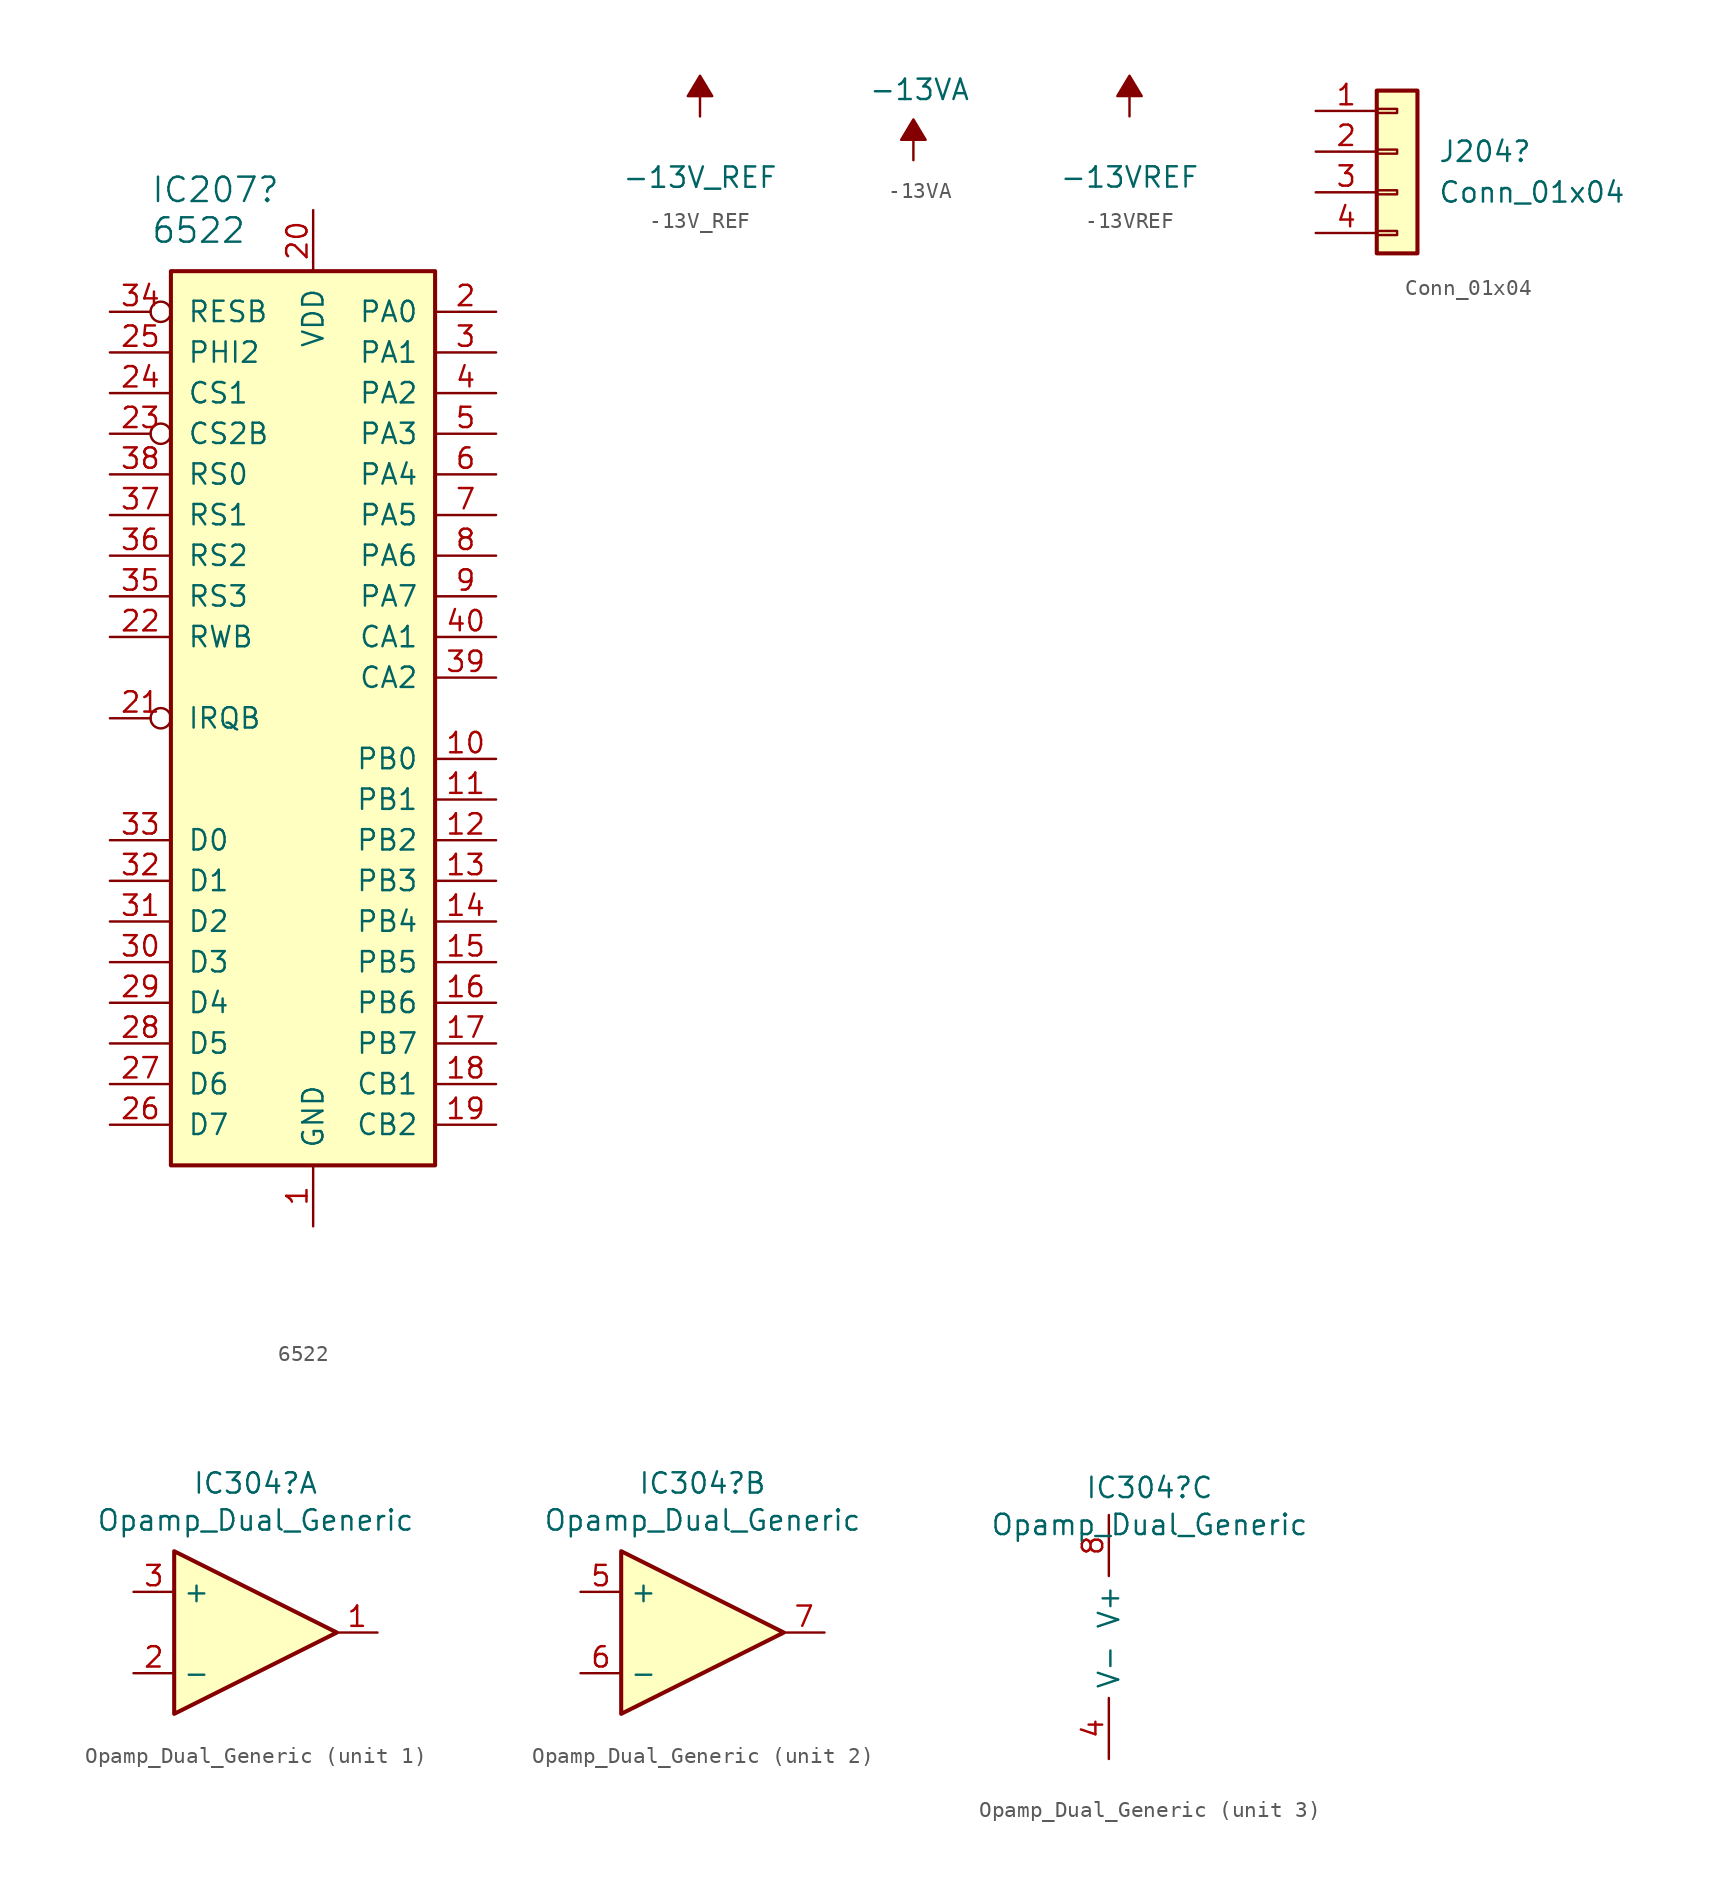
<source format=kicad_sym>
(kicad_symbol_lib
  (version 20211014)
  (generator kicad_symbol_editor)
  (symbol "6522"
    (pin_names
      (offset 1.016))
    (property "Reference" "IC207"
      (at -10.16 33.02 0)
      (effects (font (size 1.524 1.524)) (justify left)))
    (property "Value" "6522"
      (at -10.16 30.48 0)
      (effects (font (size 1.524 1.524)) (justify left)))
    (property "Datasheet" ""
      (at 0 -7.62 0)
      (effects (font (size 1.524 1.524))))
    (symbol "6522_0_1"
      (rectangle (start -8.89 27.94) (end 7.62 -27.94) (stroke (width 0.254) (type default) (color 0 0 0 0)) (fill (type background))))
    (symbol "6522_1_1"
      (pin power_in line (at 0 -31.75 90) (length 3.81) (name "GND" (effects (font (size 1.27 1.27)))) (number "1" (effects (font (size 1.27 1.27)))))
      (pin bidirectional line (at 11.43 -2.54 180) (length 3.81) (name "PB0" (effects (font (size 1.27 1.27)))) (number "10" (effects (font (size 1.27 1.27)))))
      (pin bidirectional line (at 11.43 -5.08 180) (length 3.81) (name "PB1" (effects (font (size 1.27 1.27)))) (number "11" (effects (font (size 1.27 1.27)))))
      (pin bidirectional line (at 11.43 -7.62 180) (length 3.81) (name "PB2" (effects (font (size 1.27 1.27)))) (number "12" (effects (font (size 1.27 1.27)))))
      (pin bidirectional line (at 11.43 -10.16 180) (length 3.81) (name "PB3" (effects (font (size 1.27 1.27)))) (number "13" (effects (font (size 1.27 1.27)))))
      (pin bidirectional line (at 11.43 -12.7 180) (length 3.81) (name "PB4" (effects (font (size 1.27 1.27)))) (number "14" (effects (font (size 1.27 1.27)))))
      (pin bidirectional line (at 11.43 -15.24 180) (length 3.81) (name "PB5" (effects (font (size 1.27 1.27)))) (number "15" (effects (font (size 1.27 1.27)))))
      (pin bidirectional line (at 11.43 -17.78 180) (length 3.81) (name "PB6" (effects (font (size 1.27 1.27)))) (number "16" (effects (font (size 1.27 1.27)))))
      (pin bidirectional line (at 11.43 -20.32 180) (length 3.81) (name "PB7" (effects (font (size 1.27 1.27)))) (number "17" (effects (font (size 1.27 1.27)))))
      (pin input line (at 11.43 -22.86 180) (length 3.81) (name "CB1" (effects (font (size 1.27 1.27)))) (number "18" (effects (font (size 1.27 1.27)))))
      (pin bidirectional line (at 11.43 -25.4 180) (length 3.81) (name "CB2" (effects (font (size 1.27 1.27)))) (number "19" (effects (font (size 1.27 1.27)))))
      (pin bidirectional line (at 11.43 25.4 180) (length 3.81) (name "PA0" (effects (font (size 1.27 1.27)))) (number "2" (effects (font (size 1.27 1.27)))))
      (pin power_in line (at 0 31.75 270) (length 3.81) (name "VDD" (effects (font (size 1.27 1.27)))) (number "20" (effects (font (size 1.27 1.27)))))
      (pin open_collector inverted (at -12.7 0 0) (length 3.81) (name "IRQB" (effects (font (size 1.27 1.27)))) (number "21" (effects (font (size 1.27 1.27)))))
      (pin input line (at -12.7 5.08 0) (length 3.81) (name "RWB" (effects (font (size 1.27 1.27)))) (number "22" (effects (font (size 1.27 1.27)))))
      (pin input inverted (at -12.7 17.78 0) (length 3.81) (name "CS2B" (effects (font (size 1.27 1.27)))) (number "23" (effects (font (size 1.27 1.27)))))
      (pin input line (at -12.7 20.32 0) (length 3.81) (name "CS1" (effects (font (size 1.27 1.27)))) (number "24" (effects (font (size 1.27 1.27)))))
      (pin input line (at -12.7 22.86 0) (length 3.81) (name "PHI2" (effects (font (size 1.27 1.27)))) (number "25" (effects (font (size 1.27 1.27)))))
      (pin bidirectional line (at -12.7 -25.4 0) (length 3.81) (name "D7" (effects (font (size 1.27 1.27)))) (number "26" (effects (font (size 1.27 1.27)))))
      (pin bidirectional line (at -12.7 -22.86 0) (length 3.81) (name "D6" (effects (font (size 1.27 1.27)))) (number "27" (effects (font (size 1.27 1.27)))))
      (pin bidirectional line (at -12.7 -20.32 0) (length 3.81) (name "D5" (effects (font (size 1.27 1.27)))) (number "28" (effects (font (size 1.27 1.27)))))
      (pin bidirectional line (at -12.7 -17.78 0) (length 3.81) (name "D4" (effects (font (size 1.27 1.27)))) (number "29" (effects (font (size 1.27 1.27)))))
      (pin bidirectional line (at 11.43 22.86 180) (length 3.81) (name "PA1" (effects (font (size 1.27 1.27)))) (number "3" (effects (font (size 1.27 1.27)))))
      (pin bidirectional line (at -12.7 -15.24 0) (length 3.81) (name "D3" (effects (font (size 1.27 1.27)))) (number "30" (effects (font (size 1.27 1.27)))))
      (pin bidirectional line (at -12.7 -12.7 0) (length 3.81) (name "D2" (effects (font (size 1.27 1.27)))) (number "31" (effects (font (size 1.27 1.27)))))
      (pin bidirectional line (at -12.7 -10.16 0) (length 3.81) (name "D1" (effects (font (size 1.27 1.27)))) (number "32" (effects (font (size 1.27 1.27)))))
      (pin bidirectional line (at -12.7 -7.62 0) (length 3.81) (name "D0" (effects (font (size 1.27 1.27)))) (number "33" (effects (font (size 1.27 1.27)))))
      (pin input inverted (at -12.7 25.4 0) (length 3.81) (name "RESB" (effects (font (size 1.27 1.27)))) (number "34" (effects (font (size 1.27 1.27)))))
      (pin input line (at -12.7 7.62 0) (length 3.81) (name "RS3" (effects (font (size 1.27 1.27)))) (number "35" (effects (font (size 1.27 1.27)))))
      (pin input line (at -12.7 10.16 0) (length 3.81) (name "RS2" (effects (font (size 1.27 1.27)))) (number "36" (effects (font (size 1.27 1.27)))))
      (pin input line (at -12.7 12.7 0) (length 3.81) (name "RS1" (effects (font (size 1.27 1.27)))) (number "37" (effects (font (size 1.27 1.27)))))
      (pin input line (at -12.7 15.24 0) (length 3.81) (name "RS0" (effects (font (size 1.27 1.27)))) (number "38" (effects (font (size 1.27 1.27)))))
      (pin bidirectional line (at 11.43 2.54 180) (length 3.81) (name "CA2" (effects (font (size 1.27 1.27)))) (number "39" (effects (font (size 1.27 1.27)))))
      (pin bidirectional line (at 11.43 20.32 180) (length 3.81) (name "PA2" (effects (font (size 1.27 1.27)))) (number "4" (effects (font (size 1.27 1.27)))))
      (pin input line (at 11.43 5.08 180) (length 3.81) (name "CA1" (effects (font (size 1.27 1.27)))) (number "40" (effects (font (size 1.27 1.27)))))
      (pin bidirectional line (at 11.43 17.78 180) (length 3.81) (name "PA3" (effects (font (size 1.27 1.27)))) (number "5" (effects (font (size 1.27 1.27)))))
      (pin bidirectional line (at 11.43 15.24 180) (length 3.81) (name "PA4" (effects (font (size 1.27 1.27)))) (number "6" (effects (font (size 1.27 1.27)))))
      (pin bidirectional line (at 11.43 12.7 180) (length 3.81) (name "PA5" (effects (font (size 1.27 1.27)))) (number "7" (effects (font (size 1.27 1.27)))))
      (pin bidirectional line (at 11.43 10.16 180) (length 3.81) (name "PA6" (effects (font (size 1.27 1.27)))) (number "8" (effects (font (size 1.27 1.27)))))
      (pin bidirectional line (at 11.43 7.62 180) (length 3.81) (name "PA7" (effects (font (size 1.27 1.27)))) (number "9" (effects (font (size 1.27 1.27)))))))
  (symbol "-13V_REF"
    (power)
    (pin_names
      (offset 0))
    (property "Reference" "#PWR0173"
      (at 0 -3.81 0)
      (effects (font (size 1.27 1.27)) hide))
    (property "Value" "-13V_REF"
      (at 0 -3.81 0)
      (effects (font (size 1.27 1.27))))
    (symbol "-13V_REF_0_0"
      (pin power_in line (at 0 0 90) (length 0) hide (name "-12VA" (effects (font (size 1.27 1.27)))) (number "1" (effects (font (size 1.27 1.27))))))
    (symbol "-13V_REF_0_1"
      (polyline (pts (xy 0 0) (xy 0 1.27) (xy 0.762 1.27) (xy 0 2.54) (xy -0.762 1.27) (xy 0 1.27)) (stroke (width 0) (type default) (color 0 0 0 0)) (fill (type outline)))))
  (symbol "-13VA"
    (power)
    (pin_names
      (offset 0))
    (property "Reference" "#PWR?"
      (at 0 -3.81 0)
      (effects (font (size 1.27 1.27)) hide))
    (property "Value" "-13VA"
      (at 0.381 4.394 0)
      (effects (font (size 1.27 1.27))))
    (symbol "-13VA_0_0"
      (pin power_in line (at 0 0 90) (length 0) hide (name "-12VA" (effects (font (size 1.27 1.27)))) (number "1" (effects (font (size 1.27 1.27))))))
    (symbol "-13VA_0_1"
      (polyline (pts (xy 0 0) (xy 0 1.27) (xy 0.762 1.27) (xy 0 2.54) (xy -0.762 1.27) (xy 0 1.27)) (stroke (width 0) (type default) (color 0 0 0 0)) (fill (type outline)))))
  (symbol "-13VREF"
    (power)
    (pin_names
      (offset 0))
    (property "Reference" "#PWR0173"
      (at 0 3.81 0)
      (effects (font (size 1.27 1.27)) hide))
    (property "Value" "-13VREF"
      (at 0 -3.81 0)
      (effects (font (size 1.27 1.27))))
    (symbol "-13VREF_0_0"
      (pin power_in line (at 0 0 90) (length 0) hide (name "-12VA" (effects (font (size 1.27 1.27)))) (number "1" (effects (font (size 1.27 1.27))))))
    (symbol "-13VREF_0_1"
      (polyline (pts (xy 0 0) (xy 0 1.27) (xy 0.762 1.27) (xy 0 2.54) (xy -0.762 1.27) (xy 0 1.27)) (stroke (width 0) (type default) (color 0 0 0 0)) (fill (type outline)))))
  (symbol "Conn_01x04"
    (pin_names
      (offset 1.016) hide)
    (property "Reference" "J204"
      (at 2.54 0.0001 0)
      (effects (font (size 1.27 1.27)) (justify left)))
    (property "Value" "Conn_01x04"
      (at 2.54 -2.54 0)
      (effects (font (size 1.27 1.27)) (justify left)))
    (symbol "Conn_01x04_1_1"
      (rectangle (start -1.27 -4.953) (end 0 -5.207) (stroke (width 0.152) (type default) (color 0 0 0 0)) (fill (type none)))
      (rectangle (start -1.27 -2.413) (end 0 -2.667) (stroke (width 0.152) (type default) (color 0 0 0 0)) (fill (type none)))
      (rectangle (start -1.27 0.127) (end 0 -0.127) (stroke (width 0.152) (type default) (color 0 0 0 0)) (fill (type none)))
      (rectangle (start -1.27 2.667) (end 0 2.413) (stroke (width 0.152) (type default) (color 0 0 0 0)) (fill (type none)))
      (rectangle (start -1.27 3.81) (end 1.27 -6.35) (stroke (width 0.254) (type default) (color 0 0 0 0)) (fill (type background)))
      (pin power_out line (at -5.08 2.54 0) (length 3.81) (name "Pin_1" (effects (font (size 1.27 1.27)))) (number "1" (effects (font (size 1.27 1.27)))))
      (pin power_out line (at -5.08 0 0) (length 3.81) (name "Pin_2" (effects (font (size 1.27 1.27)))) (number "2" (effects (font (size 1.27 1.27)))))
      (pin power_out line (at -5.08 -2.54 0) (length 3.81) (name "Pin_3" (effects (font (size 1.27 1.27)))) (number "3" (effects (font (size 1.27 1.27)))))
      (pin power_out line (at -5.08 -5.08 0) (length 3.81) (name "Pin_4" (effects (font (size 1.27 1.27)))) (number "4" (effects (font (size 1.27 1.27)))))))
  (symbol "Opamp_Dual_Generic"
    (property "Reference" "IC304"
      (at 0 9.322 0)
      (effects (font (size 1.27 1.27))))
    (property "Value" "Opamp_Dual_Generic"
      (at 0 7.01 0)
      (effects (font (size 1.27 1.27))))
    (property "ki_locked" ""
      (at 0 0 0)
      (effects (font (size 1.27 1.27))))
    (symbol "Opamp_Dual_Generic_1_1"
      (polyline (pts (xy -5.08 5.08) (xy 5.08 0) (xy -5.08 -5.08) (xy -5.08 5.08)) (stroke (width 0.254) (type default) (color 0 0 0 0)) (fill (type background)))
      (pin output line (at 7.62 0 180) (length 2.54) (name "~" (effects (font (size 1.27 1.27)))) (number "1" (effects (font (size 1.27 1.27)))))
      (pin input line (at -7.62 -2.54 0) (length 2.54) (name "-" (effects (font (size 1.27 1.27)))) (number "2" (effects (font (size 1.27 1.27)))))
      (pin input line (at -7.62 2.54 0) (length 2.54) (name "+" (effects (font (size 1.27 1.27)))) (number "3" (effects (font (size 1.27 1.27))))))
    (symbol "Opamp_Dual_Generic_2_1"
      (polyline (pts (xy -5.08 5.08) (xy 5.08 0) (xy -5.08 -5.08) (xy -5.08 5.08)) (stroke (width 0.254) (type default) (color 0 0 0 0)) (fill (type background)))
      (pin input line (at -7.62 2.54 0) (length 2.54) (name "+" (effects (font (size 1.27 1.27)))) (number "5" (effects (font (size 1.27 1.27)))))
      (pin input line (at -7.62 -2.54 0) (length 2.54) (name "-" (effects (font (size 1.27 1.27)))) (number "6" (effects (font (size 1.27 1.27)))))
      (pin output line (at 7.62 0 180) (length 2.54) (name "~" (effects (font (size 1.27 1.27)))) (number "7" (effects (font (size 1.27 1.27))))))
    (symbol "Opamp_Dual_Generic_3_1"
      (pin power_in line (at -2.54 -7.62 90) (length 3.81) (name "V-" (effects (font (size 1.27 1.27)))) (number "4" (effects (font (size 1.27 1.27)))))
      (pin power_in line (at -2.54 7.62 270) (length 3.81) (name "V+" (effects (font (size 1.27 1.27)))) (number "8" (effects (font (size 1.27 1.27))))))))
</source>
